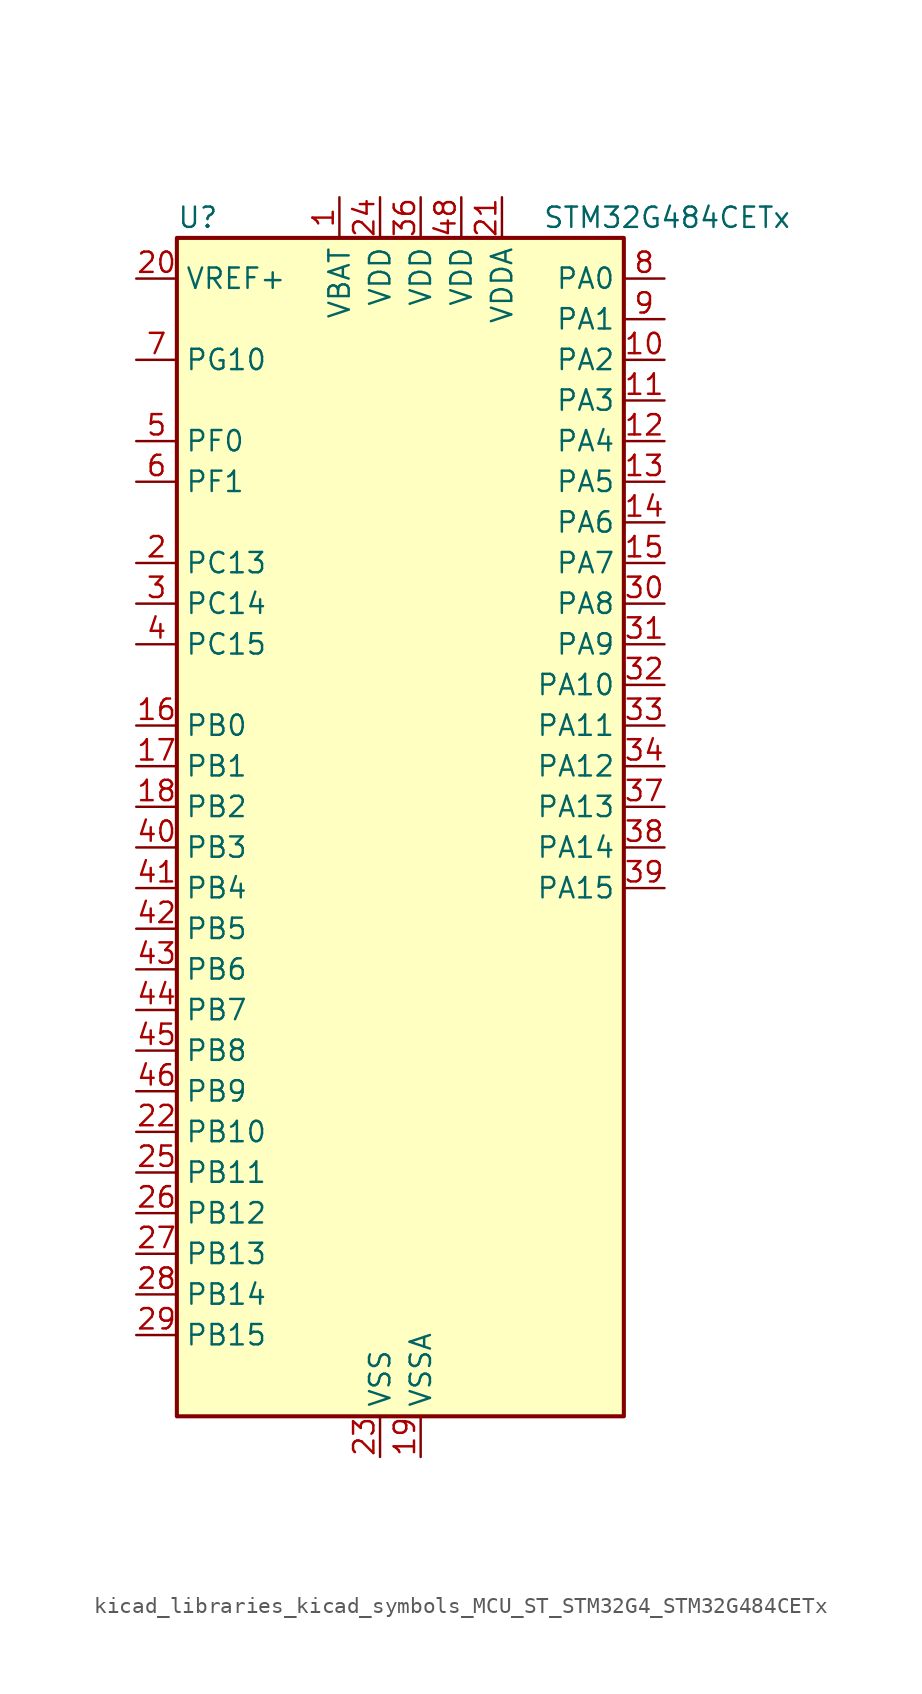
<source format=kicad_sym>
(kicad_symbol_lib
  (version 20220914)
  (generator kicad_symbol_editor)
  (symbol "kicad_libraries_kicad_symbols_MCU_ST_STM32G4_STM32G484CETx"
    (property "Reference" "U"
      (at -12.7 39.37 0)
      (effects (font (size 1.27 1.27)) (justify left)))
    (property "Value" "STM32G484CETx"
      (at 10.16 39.37 0)
      (effects (font (size 1.27 1.27)) (justify left)))
    (property "ki_locked" ""
      (at 0 0 0)
      (effects (font (size 1.27 1.27))))
    (symbol "kicad_libraries_kicad_symbols_MCU_ST_STM32G4_STM32G484CETx_0_1"
      (rectangle (start -12.7 -35.56) (end 15.24 38.1) (stroke (width 0.254) (type default)) (fill (type background))))
    (symbol "kicad_libraries_kicad_symbols_MCU_ST_STM32G4_STM32G484CETx_1_1"
      (pin power_in line (at -2.54 40.64 270) (length 2.54) (name "VBAT" (effects (font (size 1.27 1.27)))) (number "1" (effects (font (size 1.27 1.27)))))
      (pin bidirectional line (at 17.78 30.48 180) (length 2.54) (name "PA2" (effects (font (size 1.27 1.27)))) (number "10" (effects (font (size 1.27 1.27)))) (alternate "ADC1_IN3" bidirectional line) (alternate "ADC3_EXTI2" bidirectional line) (alternate "ADC4_EXTI2" bidirectional line) (alternate "ADC5_EXTI2" bidirectional line) (alternate "COMP2_INM" bidirectional line) (alternate "COMP2_OUT" bidirectional line) (alternate "LPUART1_TX" bidirectional line) (alternate "OPAMP1_VOUT" bidirectional line) (alternate "QUADSPI1_BK1_NCS" bidirectional line) (alternate "RCC_LSCO" bidirectional line) (alternate "SYS_WKUP4" bidirectional line) (alternate "TIM15_CH1" bidirectional line) (alternate "TIM2_CH3" bidirectional line) (alternate "TIM5_CH3" bidirectional line) (alternate "UCPD1_FRSTX1" bidirectional line) (alternate "UCPD1_FRSTX2" bidirectional line) (alternate "USART2_TX" bidirectional line))
      (pin bidirectional line (at 17.78 27.94 180) (length 2.54) (name "PA3" (effects (font (size 1.27 1.27)))) (number "11" (effects (font (size 1.27 1.27)))) (alternate "ADC1_IN4" bidirectional line) (alternate "ADC3_EXTI3" bidirectional line) (alternate "ADC4_EXTI3" bidirectional line) (alternate "ADC5_EXTI3" bidirectional line) (alternate "COMP2_INP" bidirectional line) (alternate "LPUART1_RX" bidirectional line) (alternate "OPAMP1_VINM" bidirectional line) (alternate "OPAMP1_VINM0" bidirectional line) (alternate "OPAMP1_VINM_SEC" bidirectional line) (alternate "OPAMP1_VINP" bidirectional line) (alternate "OPAMP1_VINP_SEC" bidirectional line) (alternate "OPAMP5_VINM" bidirectional line) (alternate "OPAMP5_VINM1" bidirectional line) (alternate "OPAMP5_VINM_SEC" bidirectional line) (alternate "QUADSPI1_CLK" bidirectional line) (alternate "SAI1_CK1" bidirectional line) (alternate "SAI1_MCLK_A" bidirectional line) (alternate "TIM15_CH2" bidirectional line) (alternate "TIM2_CH4" bidirectional line) (alternate "TIM5_CH4" bidirectional line) (alternate "USART2_RX" bidirectional line))
      (pin bidirectional line (at 17.78 25.4 180) (length 2.54) (name "PA4" (effects (font (size 1.27 1.27)))) (number "12" (effects (font (size 1.27 1.27)))) (alternate "ADC2_IN17" bidirectional line) (alternate "COMP1_INM" bidirectional line) (alternate "DAC1_OUT1" bidirectional line) (alternate "I2S3_WS" bidirectional line) (alternate "SAI1_FS_B" bidirectional line) (alternate "SPI1_NSS" bidirectional line) (alternate "SPI3_NSS" bidirectional line) (alternate "TIM3_CH2" bidirectional line) (alternate "USART2_CK" bidirectional line))
      (pin bidirectional line (at 17.78 22.86 180) (length 2.54) (name "PA5" (effects (font (size 1.27 1.27)))) (number "13" (effects (font (size 1.27 1.27)))) (alternate "ADC2_IN13" bidirectional line) (alternate "COMP2_INM" bidirectional line) (alternate "DAC1_OUT2" bidirectional line) (alternate "OPAMP2_VINM" bidirectional line) (alternate "OPAMP2_VINM0" bidirectional line) (alternate "OPAMP2_VINM_SEC" bidirectional line) (alternate "SPI1_SCK" bidirectional line) (alternate "TIM2_CH1" bidirectional line) (alternate "TIM2_ETR" bidirectional line) (alternate "UCPD1_FRSTX1" bidirectional line) (alternate "UCPD1_FRSTX2" bidirectional line))
      (pin bidirectional line (at 17.78 20.32 180) (length 2.54) (name "PA6" (effects (font (size 1.27 1.27)))) (number "14" (effects (font (size 1.27 1.27)))) (alternate "ADC2_IN3" bidirectional line) (alternate "COMP1_OUT" bidirectional line) (alternate "DAC2_OUT1" bidirectional line) (alternate "LPUART1_CTS" bidirectional line) (alternate "OPAMP2_VOUT" bidirectional line) (alternate "QUADSPI1_BK1_IO3" bidirectional line) (alternate "SPI1_MISO" bidirectional line) (alternate "TIM16_CH1" bidirectional line) (alternate "TIM1_BKIN" bidirectional line) (alternate "TIM3_CH1" bidirectional line) (alternate "TIM8_BKIN" bidirectional line))
      (pin bidirectional line (at 17.78 17.78 180) (length 2.54) (name "PA7" (effects (font (size 1.27 1.27)))) (number "15" (effects (font (size 1.27 1.27)))) (alternate "ADC2_IN4" bidirectional line) (alternate "COMP2_INP" bidirectional line) (alternate "COMP2_OUT" bidirectional line) (alternate "OPAMP1_VINP" bidirectional line) (alternate "OPAMP1_VINP_SEC" bidirectional line) (alternate "OPAMP2_VINP" bidirectional line) (alternate "OPAMP2_VINP_SEC" bidirectional line) (alternate "QUADSPI1_BK1_IO2" bidirectional line) (alternate "SPI1_MOSI" bidirectional line) (alternate "TIM17_CH1" bidirectional line) (alternate "TIM1_CH1N" bidirectional line) (alternate "TIM3_CH2" bidirectional line) (alternate "TIM8_CH1N" bidirectional line) (alternate "UCPD1_FRSTX1" bidirectional line) (alternate "UCPD1_FRSTX2" bidirectional line))
      (pin bidirectional line (at -15.24 7.62 0) (length 2.54) (name "PB0" (effects (font (size 1.27 1.27)))) (number "16" (effects (font (size 1.27 1.27)))) (alternate "ADC1_IN15" bidirectional line) (alternate "ADC3_IN12" bidirectional line) (alternate "COMP4_INP" bidirectional line) (alternate "HRTIM1_FLT5" bidirectional line) (alternate "OPAMP2_VINP" bidirectional line) (alternate "OPAMP2_VINP_SEC" bidirectional line) (alternate "OPAMP3_VINP" bidirectional line) (alternate "OPAMP3_VINP_SEC" bidirectional line) (alternate "QUADSPI1_BK1_IO1" bidirectional line) (alternate "TIM1_CH2N" bidirectional line) (alternate "TIM3_CH3" bidirectional line) (alternate "TIM8_CH2N" bidirectional line) (alternate "UCPD1_FRSTX1" bidirectional line) (alternate "UCPD1_FRSTX2" bidirectional line))
      (pin bidirectional line (at -15.24 5.08 0) (length 2.54) (name "PB1" (effects (font (size 1.27 1.27)))) (number "17" (effects (font (size 1.27 1.27)))) (alternate "ADC1_IN12" bidirectional line) (alternate "ADC3_IN1" bidirectional line) (alternate "COMP1_INP" bidirectional line) (alternate "COMP4_OUT" bidirectional line) (alternate "HRTIM1_SCOUT" bidirectional line) (alternate "LPUART1_DE" bidirectional line) (alternate "LPUART1_RTS" bidirectional line) (alternate "OPAMP3_VOUT" bidirectional line) (alternate "OPAMP6_VINM" bidirectional line) (alternate "OPAMP6_VINM1" bidirectional line) (alternate "OPAMP6_VINM_SEC" bidirectional line) (alternate "QUADSPI1_BK1_IO0" bidirectional line) (alternate "TIM1_CH3N" bidirectional line) (alternate "TIM3_CH4" bidirectional line) (alternate "TIM8_CH3N" bidirectional line))
      (pin bidirectional line (at -15.24 2.54 0) (length 2.54) (name "PB2" (effects (font (size 1.27 1.27)))) (number "18" (effects (font (size 1.27 1.27)))) (alternate "ADC2_IN12" bidirectional line) (alternate "ADC3_EXTI2" bidirectional line) (alternate "ADC4_EXTI2" bidirectional line) (alternate "ADC5_EXTI2" bidirectional line) (alternate "COMP4_INM" bidirectional line) (alternate "HRTIM1_SCIN" bidirectional line) (alternate "I2C3_SMBA" bidirectional line) (alternate "LPTIM1_OUT" bidirectional line) (alternate "OPAMP3_VINM" bidirectional line) (alternate "OPAMP3_VINM0" bidirectional line) (alternate "OPAMP3_VINM_SEC" bidirectional line) (alternate "QUADSPI1_BK2_IO1" bidirectional line) (alternate "RTC_OUT2" bidirectional line) (alternate "TIM20_CH1" bidirectional line) (alternate "TIM5_CH1" bidirectional line))
      (pin power_in line (at 2.54 -38.1 90) (length 2.54) (name "VSSA" (effects (font (size 1.27 1.27)))) (number "19" (effects (font (size 1.27 1.27)))))
      (pin bidirectional line (at -15.24 17.78 0) (length 2.54) (name "PC13" (effects (font (size 1.27 1.27)))) (number "2" (effects (font (size 1.27 1.27)))) (alternate "RTC_OUT1" bidirectional line) (alternate "RTC_TAMP1" bidirectional line) (alternate "RTC_TS" bidirectional line) (alternate "SYS_WKUP2" bidirectional line) (alternate "TIM1_BKIN" bidirectional line) (alternate "TIM1_CH1N" bidirectional line) (alternate "TIM8_CH4N" bidirectional line))
      (pin input line (at -15.24 35.56 0) (length 2.54) (name "VREF+" (effects (font (size 1.27 1.27)))) (number "20" (effects (font (size 1.27 1.27)))) (alternate "VREFBUF_OUT" bidirectional line))
      (pin power_in line (at 7.62 40.64 270) (length 2.54) (name "VDDA" (effects (font (size 1.27 1.27)))) (number "21" (effects (font (size 1.27 1.27)))))
      (pin bidirectional line (at -15.24 -17.78 0) (length 2.54) (name "PB10" (effects (font (size 1.27 1.27)))) (number "22" (effects (font (size 1.27 1.27)))) (alternate "COMP5_INM" bidirectional line) (alternate "DAC1_EXTI10" bidirectional line) (alternate "DAC2_EXTI10" bidirectional line) (alternate "DAC3_EXTI10" bidirectional line) (alternate "DAC4_EXTI10" bidirectional line) (alternate "HRTIM1_FLT3" bidirectional line) (alternate "LPUART1_RX" bidirectional line) (alternate "OPAMP3_VINM" bidirectional line) (alternate "OPAMP3_VINM1" bidirectional line) (alternate "OPAMP3_VINM_SEC" bidirectional line) (alternate "OPAMP4_VINM" bidirectional line) (alternate "OPAMP4_VINM0" bidirectional line) (alternate "OPAMP4_VINM_SEC" bidirectional line) (alternate "QUADSPI1_CLK" bidirectional line) (alternate "SAI1_SCK_A" bidirectional line) (alternate "TIM1_BKIN" bidirectional line) (alternate "TIM2_CH3" bidirectional line) (alternate "USART3_TX" bidirectional line))
      (pin power_in line (at 0 -38.1 90) (length 2.54) (name "VSS" (effects (font (size 1.27 1.27)))) (number "23" (effects (font (size 1.27 1.27)))))
      (pin power_in line (at 0 40.64 270) (length 2.54) (name "VDD" (effects (font (size 1.27 1.27)))) (number "24" (effects (font (size 1.27 1.27)))))
      (pin bidirectional line (at -15.24 -20.32 0) (length 2.54) (name "PB11" (effects (font (size 1.27 1.27)))) (number "25" (effects (font (size 1.27 1.27)))) (alternate "ADC1_EXTI11" bidirectional line) (alternate "ADC1_IN14" bidirectional line) (alternate "ADC2_EXTI11" bidirectional line) (alternate "ADC2_IN14" bidirectional line) (alternate "COMP6_INP" bidirectional line) (alternate "HRTIM1_FLT4" bidirectional line) (alternate "LPUART1_TX" bidirectional line) (alternate "OPAMP4_VINP" bidirectional line) (alternate "OPAMP4_VINP_SEC" bidirectional line) (alternate "OPAMP6_VOUT" bidirectional line) (alternate "QUADSPI1_BK1_NCS" bidirectional line) (alternate "TIM2_CH4" bidirectional line) (alternate "USART3_RX" bidirectional line))
      (pin bidirectional line (at -15.24 -22.86 0) (length 2.54) (name "PB12" (effects (font (size 1.27 1.27)))) (number "26" (effects (font (size 1.27 1.27)))) (alternate "ADC1_IN11" bidirectional line) (alternate "ADC4_IN3" bidirectional line) (alternate "COMP7_INM" bidirectional line) (alternate "FDCAN2_RX" bidirectional line) (alternate "HRTIM1_CHC1" bidirectional line) (alternate "I2C2_SMBA" bidirectional line) (alternate "I2S2_WS" bidirectional line) (alternate "LPUART1_DE" bidirectional line) (alternate "LPUART1_RTS" bidirectional line) (alternate "OPAMP4_VOUT" bidirectional line) (alternate "OPAMP6_VINP" bidirectional line) (alternate "OPAMP6_VINP_SEC" bidirectional line) (alternate "SPI2_NSS" bidirectional line) (alternate "TIM1_BKIN" bidirectional line) (alternate "TIM5_ETR" bidirectional line) (alternate "USART3_CK" bidirectional line))
      (pin bidirectional line (at -15.24 -25.4 0) (length 2.54) (name "PB13" (effects (font (size 1.27 1.27)))) (number "27" (effects (font (size 1.27 1.27)))) (alternate "ADC3_IN5" bidirectional line) (alternate "COMP5_INP" bidirectional line) (alternate "FDCAN2_TX" bidirectional line) (alternate "HRTIM1_CHC2" bidirectional line) (alternate "I2S2_CK" bidirectional line) (alternate "LPUART1_CTS" bidirectional line) (alternate "OPAMP3_VINP" bidirectional line) (alternate "OPAMP3_VINP_SEC" bidirectional line) (alternate "OPAMP4_VINP" bidirectional line) (alternate "OPAMP4_VINP_SEC" bidirectional line) (alternate "OPAMP6_VINP" bidirectional line) (alternate "OPAMP6_VINP_SEC" bidirectional line) (alternate "SPI2_SCK" bidirectional line) (alternate "TIM1_CH1N" bidirectional line) (alternate "USART3_CTS" bidirectional line) (alternate "USART3_NSS" bidirectional line))
      (pin bidirectional line (at -15.24 -27.94 0) (length 2.54) (name "PB14" (effects (font (size 1.27 1.27)))) (number "28" (effects (font (size 1.27 1.27)))) (alternate "ADC1_IN5" bidirectional line) (alternate "ADC4_IN4" bidirectional line) (alternate "COMP4_OUT" bidirectional line) (alternate "COMP7_INP" bidirectional line) (alternate "HRTIM1_CHD1" bidirectional line) (alternate "OPAMP2_VINP" bidirectional line) (alternate "OPAMP2_VINP_SEC" bidirectional line) (alternate "OPAMP5_VINP" bidirectional line) (alternate "OPAMP5_VINP_SEC" bidirectional line) (alternate "SPI2_MISO" bidirectional line) (alternate "TIM15_CH1" bidirectional line) (alternate "TIM1_CH2N" bidirectional line) (alternate "USART3_DE" bidirectional line) (alternate "USART3_RTS" bidirectional line))
      (pin bidirectional line (at -15.24 -30.48 0) (length 2.54) (name "PB15" (effects (font (size 1.27 1.27)))) (number "29" (effects (font (size 1.27 1.27)))) (alternate "ADC1_EXTI15" bidirectional line) (alternate "ADC2_EXTI15" bidirectional line) (alternate "ADC2_IN15" bidirectional line) (alternate "ADC4_IN5" bidirectional line) (alternate "COMP3_OUT" bidirectional line) (alternate "COMP6_INM" bidirectional line) (alternate "HRTIM1_CHD2" bidirectional line) (alternate "I2S2_SD" bidirectional line) (alternate "OPAMP5_VINM" bidirectional line) (alternate "OPAMP5_VINM0" bidirectional line) (alternate "OPAMP5_VINM_SEC" bidirectional line) (alternate "RTC_REFIN" bidirectional line) (alternate "SPI2_MOSI" bidirectional line) (alternate "TIM15_CH1N" bidirectional line) (alternate "TIM15_CH2" bidirectional line) (alternate "TIM1_CH3N" bidirectional line))
      (pin bidirectional line (at -15.24 15.24 0) (length 2.54) (name "PC14" (effects (font (size 1.27 1.27)))) (number "3" (effects (font (size 1.27 1.27)))) (alternate "RCC_OSC32_IN" bidirectional line))
      (pin bidirectional line (at 17.78 15.24 180) (length 2.54) (name "PA8" (effects (font (size 1.27 1.27)))) (number "30" (effects (font (size 1.27 1.27)))) (alternate "ADC5_IN1" bidirectional line) (alternate "COMP7_OUT" bidirectional line) (alternate "FDCAN3_RX" bidirectional line) (alternate "HRTIM1_CHA1" bidirectional line) (alternate "I2C2_SDA" bidirectional line) (alternate "I2C3_SCL" bidirectional line) (alternate "I2S2_MCK" bidirectional line) (alternate "OPAMP5_VOUT" bidirectional line) (alternate "RCC_MCO" bidirectional line) (alternate "SAI1_CK2" bidirectional line) (alternate "SAI1_SCK_A" bidirectional line) (alternate "TIM1_CH1" bidirectional line) (alternate "TIM4_ETR" bidirectional line) (alternate "USART1_CK" bidirectional line))
      (pin bidirectional line (at 17.78 12.7 180) (length 2.54) (name "PA9" (effects (font (size 1.27 1.27)))) (number "31" (effects (font (size 1.27 1.27)))) (alternate "ADC5_IN2" bidirectional line) (alternate "COMP5_OUT" bidirectional line) (alternate "DAC1_EXTI9" bidirectional line) (alternate "DAC2_EXTI9" bidirectional line) (alternate "DAC3_EXTI9" bidirectional line) (alternate "DAC4_EXTI9" bidirectional line) (alternate "HRTIM1_CHA2" bidirectional line) (alternate "I2C2_SCL" bidirectional line) (alternate "I2C3_SMBA" bidirectional line) (alternate "I2S3_MCK" bidirectional line) (alternate "SAI1_FS_A" bidirectional line) (alternate "TIM15_BKIN" bidirectional line) (alternate "TIM1_CH2" bidirectional line) (alternate "TIM2_CH3" bidirectional line) (alternate "UCPD1_DBCC1" bidirectional line) (alternate "USART1_TX" bidirectional line))
      (pin bidirectional line (at 17.78 10.16 180) (length 2.54) (name "PA10" (effects (font (size 1.27 1.27)))) (number "32" (effects (font (size 1.27 1.27)))) (alternate "COMP6_OUT" bidirectional line) (alternate "CRS_SYNC" bidirectional line) (alternate "DAC1_EXTI10" bidirectional line) (alternate "DAC2_EXTI10" bidirectional line) (alternate "DAC3_EXTI10" bidirectional line) (alternate "DAC4_EXTI10" bidirectional line) (alternate "HRTIM1_CHB1" bidirectional line) (alternate "I2C2_SMBA" bidirectional line) (alternate "SAI1_D1" bidirectional line) (alternate "SAI1_SD_A" bidirectional line) (alternate "SPI2_MISO" bidirectional line) (alternate "TIM17_BKIN" bidirectional line) (alternate "TIM1_CH3" bidirectional line) (alternate "TIM2_CH4" bidirectional line) (alternate "TIM8_BKIN" bidirectional line) (alternate "UCPD1_DBCC2" bidirectional line) (alternate "USART1_RX" bidirectional line))
      (pin bidirectional line (at 17.78 7.62 180) (length 2.54) (name "PA11" (effects (font (size 1.27 1.27)))) (number "33" (effects (font (size 1.27 1.27)))) (alternate "ADC1_EXTI11" bidirectional line) (alternate "ADC2_EXTI11" bidirectional line) (alternate "COMP1_OUT" bidirectional line) (alternate "FDCAN1_RX" bidirectional line) (alternate "HRTIM1_CHB2" bidirectional line) (alternate "I2S2_SD" bidirectional line) (alternate "SPI2_MOSI" bidirectional line) (alternate "TIM1_BKIN2" bidirectional line) (alternate "TIM1_CH1N" bidirectional line) (alternate "TIM1_CH4" bidirectional line) (alternate "TIM4_CH1" bidirectional line) (alternate "USART1_CTS" bidirectional line) (alternate "USART1_NSS" bidirectional line) (alternate "USB_DM" bidirectional line))
      (pin bidirectional line (at 17.78 5.08 180) (length 2.54) (name "PA12" (effects (font (size 1.27 1.27)))) (number "34" (effects (font (size 1.27 1.27)))) (alternate "COMP2_OUT" bidirectional line) (alternate "FDCAN1_TX" bidirectional line) (alternate "HRTIM1_FLT1" bidirectional line) (alternate "I2S_CKIN" bidirectional line) (alternate "TIM16_CH1" bidirectional line) (alternate "TIM1_CH2N" bidirectional line) (alternate "TIM1_ETR" bidirectional line) (alternate "TIM4_CH2" bidirectional line) (alternate "USART1_DE" bidirectional line) (alternate "USART1_RTS" bidirectional line) (alternate "USB_DP" bidirectional line))
      (pin passive line (at 0 -38.1 90) (length 2.54) hide (name "VSS" (effects (font (size 1.27 1.27)))) (number "35" (effects (font (size 1.27 1.27)))))
      (pin power_in line (at 2.54 40.64 270) (length 2.54) (name "VDD" (effects (font (size 1.27 1.27)))) (number "36" (effects (font (size 1.27 1.27)))))
      (pin bidirectional line (at 17.78 2.54 180) (length 2.54) (name "PA13" (effects (font (size 1.27 1.27)))) (number "37" (effects (font (size 1.27 1.27)))) (alternate "I2C1_SCL" bidirectional line) (alternate "I2C4_SCL" bidirectional line) (alternate "IR_OUT" bidirectional line) (alternate "SAI1_SD_B" bidirectional line) (alternate "SYS_JTMS-SWDIO" bidirectional line) (alternate "TIM16_CH1N" bidirectional line) (alternate "TIM4_CH3" bidirectional line) (alternate "USART3_CTS" bidirectional line) (alternate "USART3_NSS" bidirectional line))
      (pin bidirectional line (at 17.78 0 180) (length 2.54) (name "PA14" (effects (font (size 1.27 1.27)))) (number "38" (effects (font (size 1.27 1.27)))) (alternate "I2C1_SDA" bidirectional line) (alternate "I2C4_SMBA" bidirectional line) (alternate "LPTIM1_OUT" bidirectional line) (alternate "SAI1_FS_B" bidirectional line) (alternate "SYS_JTCK-SWCLK" bidirectional line) (alternate "TIM1_BKIN" bidirectional line) (alternate "TIM8_CH2" bidirectional line) (alternate "USART2_TX" bidirectional line))
      (pin bidirectional line (at 17.78 -2.54 180) (length 2.54) (name "PA15" (effects (font (size 1.27 1.27)))) (number "39" (effects (font (size 1.27 1.27)))) (alternate "ADC1_EXTI15" bidirectional line) (alternate "ADC2_EXTI15" bidirectional line) (alternate "FDCAN3_TX" bidirectional line) (alternate "HRTIM1_FLT2" bidirectional line) (alternate "I2C1_SCL" bidirectional line) (alternate "I2S3_WS" bidirectional line) (alternate "SPI1_NSS" bidirectional line) (alternate "SPI3_NSS" bidirectional line) (alternate "SYS_JTDI" bidirectional line) (alternate "TIM1_BKIN" bidirectional line) (alternate "TIM2_CH1" bidirectional line) (alternate "TIM2_ETR" bidirectional line) (alternate "TIM8_CH1" bidirectional line) (alternate "USART2_RX" bidirectional line))
      (pin bidirectional line (at -15.24 12.7 0) (length 2.54) (name "PC15" (effects (font (size 1.27 1.27)))) (number "4" (effects (font (size 1.27 1.27)))) (alternate "ADC1_EXTI15" bidirectional line) (alternate "ADC2_EXTI15" bidirectional line) (alternate "RCC_OSC32_OUT" bidirectional line))
      (pin bidirectional line (at -15.24 0 0) (length 2.54) (name "PB3" (effects (font (size 1.27 1.27)))) (number "40" (effects (font (size 1.27 1.27)))) (alternate "ADC3_EXTI3" bidirectional line) (alternate "ADC4_EXTI3" bidirectional line) (alternate "ADC5_EXTI3" bidirectional line) (alternate "CRS_SYNC" bidirectional line) (alternate "FDCAN3_RX" bidirectional line) (alternate "HRTIM1_EEV9" bidirectional line) (alternate "HRTIM1_SCOUT" bidirectional line) (alternate "I2S3_CK" bidirectional line) (alternate "SAI1_SCK_B" bidirectional line) (alternate "SPI1_SCK" bidirectional line) (alternate "SPI3_SCK" bidirectional line) (alternate "SYS_JTDO-SWO" bidirectional line) (alternate "TIM2_CH2" bidirectional line) (alternate "TIM3_ETR" bidirectional line) (alternate "TIM4_ETR" bidirectional line) (alternate "TIM8_CH1N" bidirectional line) (alternate "USART2_TX" bidirectional line))
      (pin bidirectional line (at -15.24 -2.54 0) (length 2.54) (name "PB4" (effects (font (size 1.27 1.27)))) (number "41" (effects (font (size 1.27 1.27)))) (alternate "FDCAN3_TX" bidirectional line) (alternate "HRTIM1_EEV7" bidirectional line) (alternate "SAI1_MCLK_B" bidirectional line) (alternate "SPI1_MISO" bidirectional line) (alternate "SPI3_MISO" bidirectional line) (alternate "SYS_JTRST" bidirectional line) (alternate "TIM16_CH1" bidirectional line) (alternate "TIM17_BKIN" bidirectional line) (alternate "TIM3_CH1" bidirectional line) (alternate "TIM8_CH2N" bidirectional line) (alternate "UCPD1_CC2" bidirectional line) (alternate "USART2_RX" bidirectional line))
      (pin bidirectional line (at -15.24 -5.08 0) (length 2.54) (name "PB5" (effects (font (size 1.27 1.27)))) (number "42" (effects (font (size 1.27 1.27)))) (alternate "FDCAN2_RX" bidirectional line) (alternate "HRTIM1_EEV6" bidirectional line) (alternate "I2C1_SMBA" bidirectional line) (alternate "I2C3_SDA" bidirectional line) (alternate "I2S3_SD" bidirectional line) (alternate "LPTIM1_IN1" bidirectional line) (alternate "SAI1_SD_B" bidirectional line) (alternate "SPI1_MOSI" bidirectional line) (alternate "SPI3_MOSI" bidirectional line) (alternate "TIM16_BKIN" bidirectional line) (alternate "TIM17_CH1" bidirectional line) (alternate "TIM3_CH2" bidirectional line) (alternate "TIM8_CH3N" bidirectional line) (alternate "USART2_CK" bidirectional line))
      (pin bidirectional line (at -15.24 -7.62 0) (length 2.54) (name "PB6" (effects (font (size 1.27 1.27)))) (number "43" (effects (font (size 1.27 1.27)))) (alternate "COMP4_OUT" bidirectional line) (alternate "FDCAN2_TX" bidirectional line) (alternate "HRTIM1_EEV4" bidirectional line) (alternate "HRTIM1_SCIN" bidirectional line) (alternate "LPTIM1_ETR" bidirectional line) (alternate "SAI1_FS_B" bidirectional line) (alternate "TIM16_CH1N" bidirectional line) (alternate "TIM4_CH1" bidirectional line) (alternate "TIM8_BKIN2" bidirectional line) (alternate "TIM8_CH1" bidirectional line) (alternate "TIM8_ETR" bidirectional line) (alternate "UCPD1_CC1" bidirectional line) (alternate "USART1_TX" bidirectional line))
      (pin bidirectional line (at -15.24 -10.16 0) (length 2.54) (name "PB7" (effects (font (size 1.27 1.27)))) (number "44" (effects (font (size 1.27 1.27)))) (alternate "COMP3_OUT" bidirectional line) (alternate "HRTIM1_EEV3" bidirectional line) (alternate "I2C1_SDA" bidirectional line) (alternate "I2C4_SDA" bidirectional line) (alternate "LPTIM1_IN2" bidirectional line) (alternate "SYS_PVD_IN" bidirectional line) (alternate "TIM17_CH1N" bidirectional line) (alternate "TIM3_CH4" bidirectional line) (alternate "TIM4_CH2" bidirectional line) (alternate "TIM8_BKIN" bidirectional line) (alternate "USART1_RX" bidirectional line))
      (pin bidirectional line (at -15.24 -12.7 0) (length 2.54) (name "PB8" (effects (font (size 1.27 1.27)))) (number "45" (effects (font (size 1.27 1.27)))) (alternate "COMP1_OUT" bidirectional line) (alternate "FDCAN1_RX" bidirectional line) (alternate "HRTIM1_EEV8" bidirectional line) (alternate "I2C1_SCL" bidirectional line) (alternate "SAI1_CK1" bidirectional line) (alternate "SAI1_MCLK_A" bidirectional line) (alternate "TIM16_CH1" bidirectional line) (alternate "TIM1_BKIN" bidirectional line) (alternate "TIM4_CH3" bidirectional line) (alternate "TIM8_CH2" bidirectional line) (alternate "USART3_RX" bidirectional line))
      (pin bidirectional line (at -15.24 -15.24 0) (length 2.54) (name "PB9" (effects (font (size 1.27 1.27)))) (number "46" (effects (font (size 1.27 1.27)))) (alternate "COMP2_OUT" bidirectional line) (alternate "DAC1_EXTI9" bidirectional line) (alternate "DAC2_EXTI9" bidirectional line) (alternate "DAC3_EXTI9" bidirectional line) (alternate "DAC4_EXTI9" bidirectional line) (alternate "FDCAN1_TX" bidirectional line) (alternate "HRTIM1_EEV5" bidirectional line) (alternate "I2C1_SDA" bidirectional line) (alternate "IR_OUT" bidirectional line) (alternate "SAI1_D2" bidirectional line) (alternate "SAI1_FS_A" bidirectional line) (alternate "TIM17_CH1" bidirectional line) (alternate "TIM1_CH3N" bidirectional line) (alternate "TIM4_CH4" bidirectional line) (alternate "TIM8_CH3" bidirectional line) (alternate "USART3_TX" bidirectional line))
      (pin passive line (at 0 -38.1 90) (length 2.54) hide (name "VSS" (effects (font (size 1.27 1.27)))) (number "47" (effects (font (size 1.27 1.27)))))
      (pin power_in line (at 5.08 40.64 270) (length 2.54) (name "VDD" (effects (font (size 1.27 1.27)))) (number "48" (effects (font (size 1.27 1.27)))))
      (pin bidirectional line (at -15.24 25.4 0) (length 2.54) (name "PF0" (effects (font (size 1.27 1.27)))) (number "5" (effects (font (size 1.27 1.27)))) (alternate "ADC1_IN10" bidirectional line) (alternate "I2C2_SDA" bidirectional line) (alternate "I2S2_WS" bidirectional line) (alternate "RCC_OSC_IN" bidirectional line) (alternate "SPI2_NSS" bidirectional line) (alternate "TIM1_CH3N" bidirectional line))
      (pin bidirectional line (at -15.24 22.86 0) (length 2.54) (name "PF1" (effects (font (size 1.27 1.27)))) (number "6" (effects (font (size 1.27 1.27)))) (alternate "ADC2_IN10" bidirectional line) (alternate "COMP3_INM" bidirectional line) (alternate "I2S2_CK" bidirectional line) (alternate "RCC_OSC_OUT" bidirectional line) (alternate "SPI2_SCK" bidirectional line))
      (pin bidirectional line (at -15.24 30.48 0) (length 2.54) (name "PG10" (effects (font (size 1.27 1.27)))) (number "7" (effects (font (size 1.27 1.27)))) (alternate "DAC1_EXTI10" bidirectional line) (alternate "DAC2_EXTI10" bidirectional line) (alternate "DAC3_EXTI10" bidirectional line) (alternate "DAC4_EXTI10" bidirectional line) (alternate "RCC_MCO" bidirectional line))
      (pin bidirectional line (at 17.78 35.56 180) (length 2.54) (name "PA0" (effects (font (size 1.27 1.27)))) (number "8" (effects (font (size 1.27 1.27)))) (alternate "ADC1_IN1" bidirectional line) (alternate "ADC2_IN1" bidirectional line) (alternate "COMP1_INM" bidirectional line) (alternate "COMP1_OUT" bidirectional line) (alternate "COMP3_INP" bidirectional line) (alternate "RTC_TAMP2" bidirectional line) (alternate "SYS_WKUP1" bidirectional line) (alternate "TIM2_CH1" bidirectional line) (alternate "TIM2_ETR" bidirectional line) (alternate "TIM5_CH1" bidirectional line) (alternate "TIM8_BKIN" bidirectional line) (alternate "TIM8_ETR" bidirectional line) (alternate "USART2_CTS" bidirectional line) (alternate "USART2_NSS" bidirectional line))
      (pin bidirectional line (at 17.78 33.02 180) (length 2.54) (name "PA1" (effects (font (size 1.27 1.27)))) (number "9" (effects (font (size 1.27 1.27)))) (alternate "ADC1_IN2" bidirectional line) (alternate "ADC2_IN2" bidirectional line) (alternate "COMP1_INP" bidirectional line) (alternate "OPAMP1_VINP" bidirectional line) (alternate "OPAMP1_VINP_SEC" bidirectional line) (alternate "OPAMP3_VINP" bidirectional line) (alternate "OPAMP3_VINP_SEC" bidirectional line) (alternate "OPAMP6_VINM" bidirectional line) (alternate "OPAMP6_VINM0" bidirectional line) (alternate "OPAMP6_VINM_SEC" bidirectional line) (alternate "RTC_REFIN" bidirectional line) (alternate "TIM15_CH1N" bidirectional line) (alternate "TIM2_CH2" bidirectional line) (alternate "TIM5_CH2" bidirectional line) (alternate "USART2_DE" bidirectional line) (alternate "USART2_RTS" bidirectional line)))))
</source>
